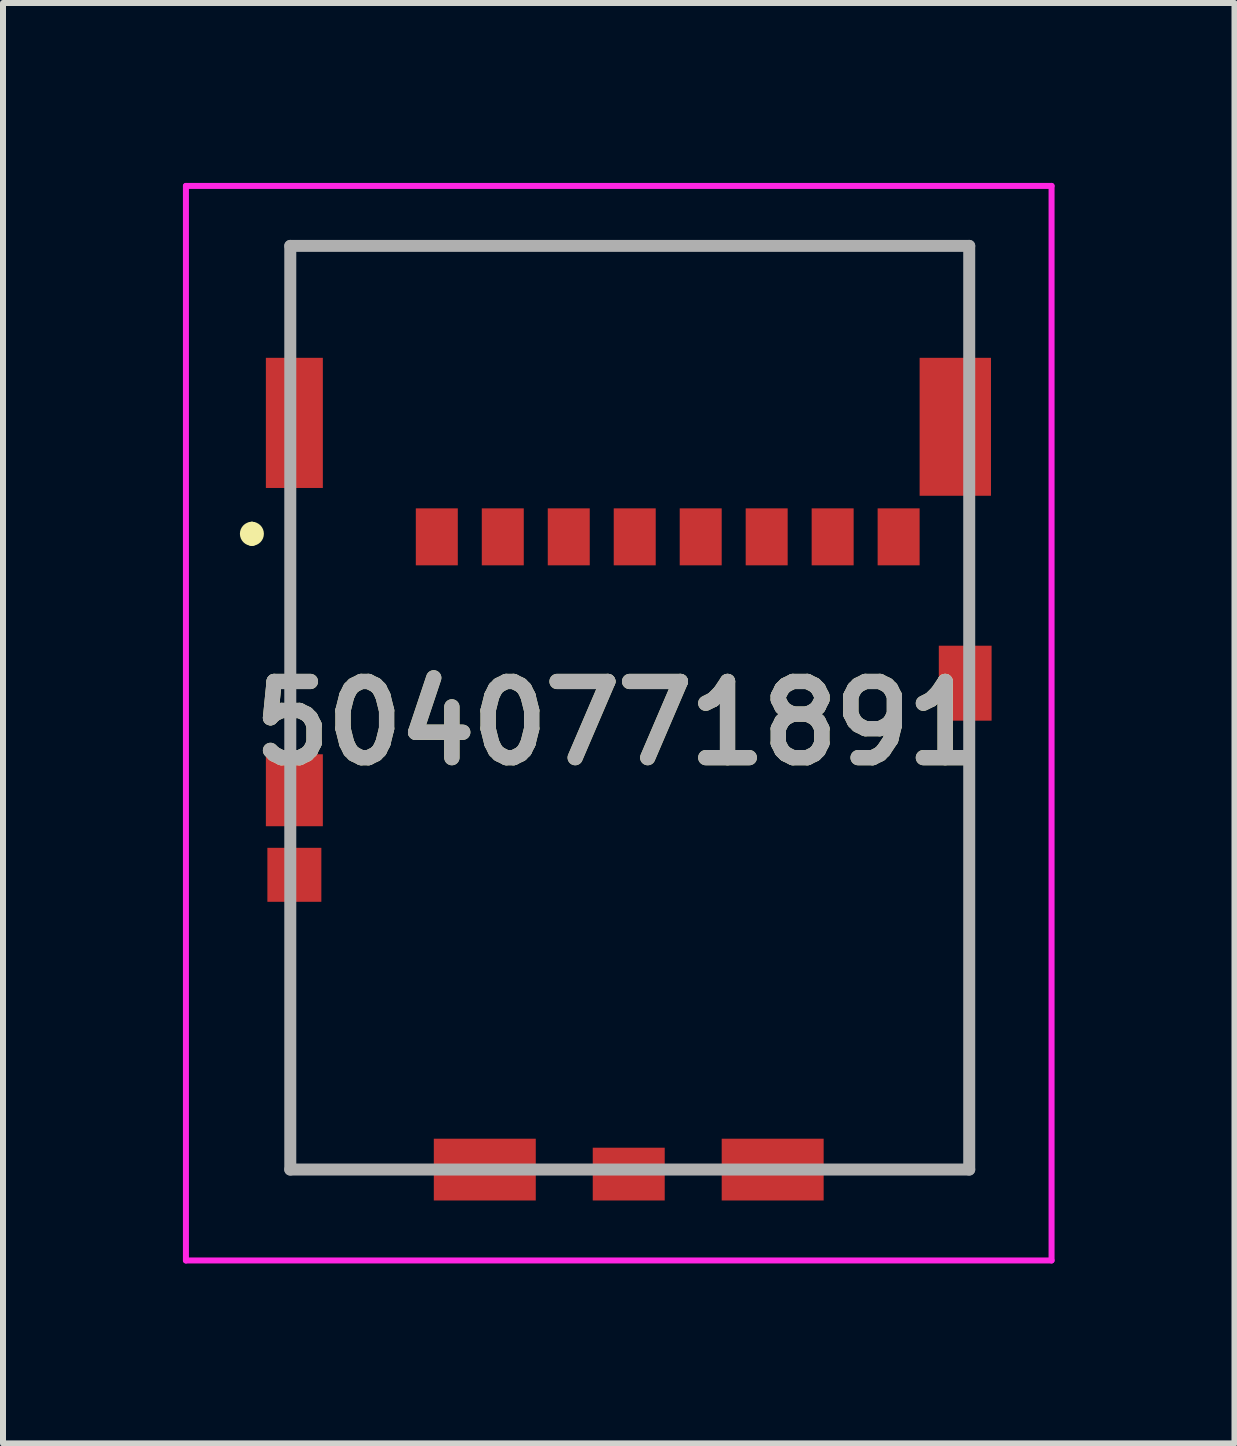
<source format=kicad_pcb>
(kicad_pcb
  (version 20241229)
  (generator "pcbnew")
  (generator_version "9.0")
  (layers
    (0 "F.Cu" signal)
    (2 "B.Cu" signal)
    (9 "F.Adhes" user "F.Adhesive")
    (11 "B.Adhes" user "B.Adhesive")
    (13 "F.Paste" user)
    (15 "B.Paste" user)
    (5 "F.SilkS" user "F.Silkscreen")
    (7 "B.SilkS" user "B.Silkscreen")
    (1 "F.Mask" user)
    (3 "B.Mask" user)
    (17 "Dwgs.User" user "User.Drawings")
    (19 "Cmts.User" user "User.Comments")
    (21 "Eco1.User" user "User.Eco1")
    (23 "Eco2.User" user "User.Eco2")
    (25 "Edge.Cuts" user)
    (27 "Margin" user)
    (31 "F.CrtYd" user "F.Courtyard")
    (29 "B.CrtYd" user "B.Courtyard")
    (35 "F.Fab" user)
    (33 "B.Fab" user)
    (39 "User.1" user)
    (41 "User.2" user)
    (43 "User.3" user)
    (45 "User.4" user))
  (footprint "5040771891"
    (layer "F.Cu")
    (at 7.08 8.788)
    (property "Reference" "5040771891" (at 0.186 0.22 0) (layer "F.SilkS") (effects (font (size 1.27 1.27) (thickness 0.254))))
    (attr smd)
    (fp_line (start -5.93 -3.038) (end -5.93 -3.038) (stroke (width 0.2) (type solid)) (layer "F.SilkS"))
    (fp_line (start -5.93 -2.838) (end -5.93 -2.838) (stroke (width 0.2) (type solid)) (layer "F.SilkS"))
    (fp_line (start -5.29 -7.738) (end 6.03 -7.738) (stroke (width 0.1) (type solid)) (layer "F.SilkS"))
    (fp_line (start -5.29 -6.338) (end -5.29 -7.738) (stroke (width 0.1) (type solid)) (layer "F.SilkS"))
    (fp_line (start -5.29 -3.338) (end -5.29 -1.338) (stroke (width 0.1) (type solid)) (layer "F.SilkS"))
    (fp_line (start -5.29 3.662) (end -5.29 7.662) (stroke (width 0.1) (type solid)) (layer "F.SilkS"))
    (fp_line (start -5.29 7.662) (end -3.63 7.663) (stroke (width 0.1) (type solid)) (layer "F.SilkS"))
    (fp_line (start 4.37 7.663) (end 6.03 7.662) (stroke (width 0.1) (type solid)) (layer "F.SilkS"))
    (fp_line (start 6.03 -7.738) (end 6.03 -6.338) (stroke (width 0.1) (type solid)) (layer "F.SilkS"))
    (fp_line (start 6.03 -1.338) (end 6.03 -3.338) (stroke (width 0.1) (type solid)) (layer "F.SilkS"))
    (fp_line (start 6.03 7.662) (end 6.03 3.662) (stroke (width 0.1) (type solid)) (layer "F.SilkS"))
    (fp_arc (start -5.93 -3.038) (mid -5.83 -2.938) (end -5.93 -2.838) (stroke (width 0.2) (type solid)) (layer "F.SilkS"))
    (fp_arc (start -5.93 -2.838) (mid -6.03 -2.938) (end -5.93 -3.038) (stroke (width 0.2) (type solid)) (layer "F.SilkS"))
    (fp_line (start -7.03 -8.738) (end 7.403 -8.738) (stroke (width 0.1) (type solid)) (layer "F.CrtYd"))
    (fp_line (start -7.03 9.178) (end -7.03 -8.738) (stroke (width 0.1) (type solid)) (layer "F.CrtYd"))
    (fp_line (start 7.403 -8.738) (end 7.403 9.178) (stroke (width 0.1) (type solid)) (layer "F.CrtYd"))
    (fp_line (start 7.403 9.178) (end -7.03 9.178) (stroke (width 0.1) (type solid)) (layer "F.CrtYd"))
    (fp_line (start -5.29 -7.738) (end 6.03 -7.738) (stroke (width 0.2) (type solid)) (layer "F.Fab"))
    (fp_line (start -5.29 7.662) (end -5.29 -7.738) (stroke (width 0.2) (type solid)) (layer "F.Fab"))
    (fp_line (start 6.03 -7.738) (end 6.03 7.662) (stroke (width 0.2) (type solid)) (layer "F.Fab"))
    (fp_line (start 6.03 7.662) (end -5.29 7.662) (stroke (width 0.2) (type solid)) (layer "F.Fab"))
    (fp_text user "${REFERENCE}" (at 0.186 0.22 0) (layer "F.Fab") (effects (font (size 1.27 1.27) (thickness 0.254))))
    (pad "1" smd rect (at -2.847 -2.887) (size 0.7 0.95) (layers "F.Cu" "F.Mask" "F.Paste"))
    (pad "2" smd rect (at -1.747 -2.887) (size 0.7 0.95) (layers "F.Cu" "F.Mask" "F.Paste"))
    (pad "3" smd rect (at -0.647 -2.887) (size 0.7 0.95) (layers "F.Cu" "F.Mask" "F.Paste"))
    (pad "4" smd rect (at 0.453 -2.887) (size 0.7 0.95) (layers "F.Cu" "F.Mask" "F.Paste"))
    (pad "5" smd rect (at 1.553 -2.887) (size 0.7 0.95) (layers "F.Cu" "F.Mask" "F.Paste"))
    (pad "6" smd rect (at 2.653 -2.887) (size 0.7 0.95) (layers "F.Cu" "F.Mask" "F.Paste"))
    (pad "7" smd rect (at 3.753 -2.887) (size 0.7 0.95) (layers "F.Cu" "F.Mask" "F.Paste"))
    (pad "8" smd rect (at 4.853 -2.887) (size 0.7 0.95) (layers "F.Cu" "F.Mask" "F.Paste"))
    (pad "9" smd rect (at -5.222 -4.787) (size 0.95 2.17) (layers "F.Cu" "F.Mask" "F.Paste"))
    (pad "10" smd rect (at 5.798 -4.722) (size 1.19 2.3) (layers "F.Cu" "F.Mask" "F.Paste"))
    (pad "11" smd rect (at 5.963 -0.447) (size 0.88 1.25) (layers "F.Cu" "F.Mask" "F.Paste"))
    (pad "12" smd rect (at 2.753 7.663 90) (size 1.03 1.7) (layers "F.Cu" "F.Mask" "F.Paste"))
    (pad "13" smd rect (at -2.047 7.663 90) (size 1.03 1.7) (layers "F.Cu" "F.Mask" "F.Paste"))
    (pad "14" smd rect (at 0.353 7.738 90) (size 0.88 1.2) (layers "F.Cu" "F.Mask" "F.Paste"))
    (pad "15" smd rect (at -5.222 1.338) (size 0.95 1.2) (layers "F.Cu" "F.Mask" "F.Paste"))
    (pad "16" smd rect (at -5.222 2.748) (size 0.9 0.9) (layers "F.Cu" "F.Mask" "F.Paste")))
  (gr_rect
    (start -3 -3)
    (end 17.533 21.016)
    (stroke (width 0.1) (type default))
    (fill no)
    (layer "Edge.Cuts")))
</source>
